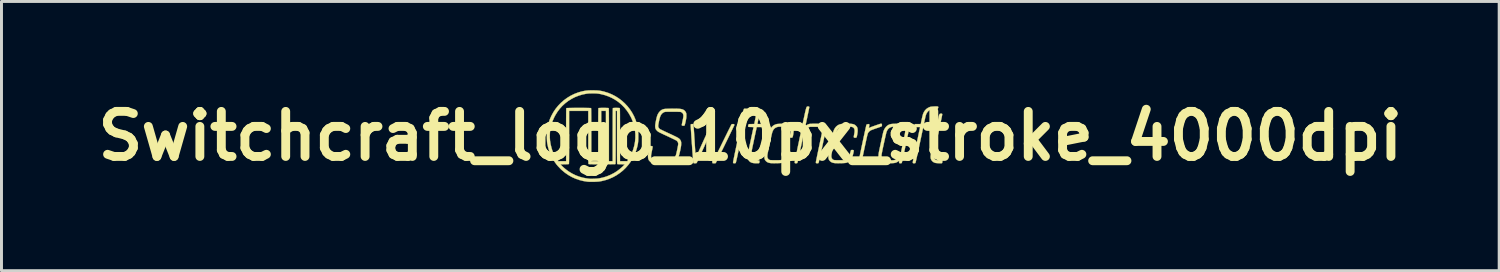
<source format=kicad_pcb>
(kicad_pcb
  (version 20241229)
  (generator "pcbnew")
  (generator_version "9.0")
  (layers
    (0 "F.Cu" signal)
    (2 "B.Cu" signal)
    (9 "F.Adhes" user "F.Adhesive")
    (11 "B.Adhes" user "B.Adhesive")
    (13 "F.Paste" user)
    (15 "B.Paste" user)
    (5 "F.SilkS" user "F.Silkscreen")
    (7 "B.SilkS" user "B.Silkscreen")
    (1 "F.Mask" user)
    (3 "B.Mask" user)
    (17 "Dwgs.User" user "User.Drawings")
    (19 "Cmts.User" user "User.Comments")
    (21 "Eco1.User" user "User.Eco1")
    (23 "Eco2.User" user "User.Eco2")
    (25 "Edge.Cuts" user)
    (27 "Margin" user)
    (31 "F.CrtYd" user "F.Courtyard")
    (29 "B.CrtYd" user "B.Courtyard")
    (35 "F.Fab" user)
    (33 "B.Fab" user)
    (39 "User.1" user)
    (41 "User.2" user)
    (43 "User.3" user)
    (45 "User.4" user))
  (footprint "Switchcraft_logo_10px_stroke_4000dpi"
    (layer "F.Cu")
    (at 22.323 1.551)
    (property "Reference" "Switchcraft_logo_10px_stroke_4000dpi" (at 0 0 0) (layer "F.SilkS") (effects (font (size 1.524 1.524) (thickness 0.3))))
    (attr through_hole)
    (fp_poly (pts (xy -0.144 -0.926) (xy -0.128 -0.923) (xy -0.119 -0.915) (xy -0.116 -0.9) (xy -0.118 -0.877) (xy -0.124 -0.846) (xy -0.129 -0.819) (xy -0.135 -0.796) (xy -0.139 -0.781) (xy -0.141 -0.776) (xy -0.151 -0.772) (xy -0.169 -0.769) (xy -0.191 -0.768) (xy -0.212 -0.77) (xy -0.228 -0.773) (xy -0.234 -0.776) (xy -0.239 -0.788) (xy -0.241 -0.801) (xy -0.24 -0.818) (xy -0.236 -0.842) (xy -0.231 -0.868) (xy -0.225 -0.891) (xy -0.219 -0.91) (xy -0.215 -0.919) (xy -0.204 -0.924) (xy -0.182 -0.927) (xy -0.168 -0.927) (xy -0.144 -0.926)) (stroke (width 0.01) (type solid)) (fill yes) (layer "F.SilkS"))
    (fp_poly (pts (xy -0.347 -0.405) (xy -0.328 -0.405) (xy -0.29 -0.404) (xy -0.261 -0.403) (xy -0.242 -0.401) (xy -0.23 -0.399) (xy -0.223 -0.396) (xy -0.22 -0.393) (xy -0.22 -0.385) (xy -0.223 -0.366) (xy -0.228 -0.336) (xy -0.235 -0.297) (xy -0.244 -0.25) (xy -0.255 -0.196) (xy -0.267 -0.134) (xy -0.281 -0.068) (xy -0.295 0.003) (xy -0.311 0.077) (xy -0.326 0.153) (xy -0.343 0.231) (xy -0.359 0.309) (xy -0.376 0.387) (xy -0.392 0.463) (xy -0.408 0.536) (xy -0.423 0.606) (xy -0.437 0.67) (xy -0.45 0.73) (xy -0.462 0.782) (xy -0.472 0.827) (xy -0.481 0.863) (xy -0.488 0.89) (xy -0.492 0.906) (xy -0.494 0.91) (xy -0.506 0.916) (xy -0.526 0.92) (xy -0.548 0.921) (xy -0.567 0.918) (xy -0.577 0.913) (xy -0.582 0.902) (xy -0.584 0.886) (xy -0.583 0.877) (xy -0.579 0.856) (xy -0.573 0.825) (xy -0.565 0.784) (xy -0.555 0.734) (xy -0.543 0.677) (xy -0.53 0.612) (xy -0.515 0.541) (xy -0.499 0.465) (xy -0.482 0.385) (xy -0.464 0.301) (xy -0.46 0.283) (xy -0.443 0.199) (xy -0.425 0.119) (xy -0.409 0.043) (xy -0.394 -0.028) (xy -0.381 -0.093) (xy -0.369 -0.15) (xy -0.358 -0.2) (xy -0.349 -0.24) (xy -0.343 -0.272) (xy -0.339 -0.292) (xy -0.337 -0.302) (xy -0.337 -0.302) (xy -0.342 -0.303) (xy -0.358 -0.304) (xy -0.38 -0.305) (xy -0.387 -0.305) (xy -0.416 -0.306) (xy -0.436 -0.309) (xy -0.446 -0.318) (xy -0.45 -0.332) (xy -0.45 -0.354) (xy -0.449 -0.355) (xy -0.447 -0.374) (xy -0.444 -0.387) (xy -0.438 -0.396) (xy -0.427 -0.402) (xy -0.409 -0.405) (xy -0.383 -0.406) (xy -0.347 -0.405)) (stroke (width 0.01) (type solid)) (fill yes) (layer "F.SilkS"))
    (fp_poly (pts (xy 4.436 -0.416) (xy 4.446 -0.406) (xy 4.451 -0.386) (xy 4.451 -0.371) (xy 4.449 -0.347) (xy 4.443 -0.332) (xy 4.44 -0.329) (xy 4.431 -0.324) (xy 4.412 -0.317) (xy 4.384 -0.306) (xy 4.35 -0.294) (xy 4.309 -0.279) (xy 4.265 -0.265) (xy 4.264 -0.264) (xy 4.219 -0.249) (xy 4.176 -0.233) (xy 4.137 -0.219) (xy 4.105 -0.207) (xy 4.081 -0.197) (xy 4.067 -0.19) (xy 4.024 -0.159) (xy 3.99 -0.12) (xy 3.973 -0.089) (xy 3.968 -0.075) (xy 3.961 -0.048) (xy 3.951 -0.009) (xy 3.939 0.042) (xy 3.925 0.106) (xy 3.909 0.181) (xy 3.89 0.268) (xy 3.869 0.367) (xy 3.857 0.422) (xy 3.839 0.509) (xy 3.822 0.59) (xy 3.806 0.663) (xy 3.792 0.727) (xy 3.779 0.784) (xy 3.769 0.83) (xy 3.76 0.867) (xy 3.753 0.893) (xy 3.749 0.907) (xy 3.748 0.91) (xy 3.735 0.916) (xy 3.716 0.92) (xy 3.694 0.921) (xy 3.675 0.918) (xy 3.665 0.913) (xy 3.66 0.902) (xy 3.658 0.886) (xy 3.659 0.877) (xy 3.663 0.856) (xy 3.669 0.825) (xy 3.676 0.785) (xy 3.686 0.736) (xy 3.698 0.681) (xy 3.71 0.619) (xy 3.724 0.552) (xy 3.739 0.481) (xy 3.754 0.407) (xy 3.77 0.331) (xy 3.787 0.254) (xy 3.803 0.177) (xy 3.819 0.101) (xy 3.835 0.027) (xy 3.851 -0.045) (xy 3.865 -0.112) (xy 3.879 -0.174) (xy 3.891 -0.23) (xy 3.902 -0.279) (xy 3.911 -0.32) (xy 3.918 -0.352) (xy 3.924 -0.374) (xy 3.927 -0.385) (xy 3.927 -0.386) (xy 3.937 -0.391) (xy 3.955 -0.398) (xy 3.971 -0.401) (xy 3.992 -0.405) (xy 4.005 -0.406) (xy 4.013 -0.402) (xy 4.018 -0.398) (xy 4.023 -0.392) (xy 4.025 -0.385) (xy 4.025 -0.373) (xy 4.022 -0.355) (xy 4.018 -0.332) (xy 4.013 -0.307) (xy 4.01 -0.288) (xy 4.009 -0.276) (xy 4.01 -0.275) (xy 4.016 -0.276) (xy 4.03 -0.282) (xy 4.04 -0.286) (xy 4.055 -0.293) (xy 4.079 -0.303) (xy 4.111 -0.315) (xy 4.148 -0.329) (xy 4.189 -0.343) (xy 4.231 -0.358) (xy 4.273 -0.373) (xy 4.314 -0.387) (xy 4.35 -0.399) (xy 4.381 -0.409) (xy 4.404 -0.416) (xy 4.418 -0.419) (xy 4.42 -0.419) (xy 4.436 -0.416)) (stroke (width 0.01) (type solid)) (fill yes) (layer "F.SilkS"))
    (fp_poly (pts (xy 0.298 -0.753) (xy 0.305 -0.738) (xy 0.305 -0.734) (xy 0.304 -0.724) (xy 0.3 -0.703) (xy 0.294 -0.674) (xy 0.287 -0.638) (xy 0.279 -0.598) (xy 0.273 -0.571) (xy 0.264 -0.529) (xy 0.256 -0.491) (xy 0.25 -0.458) (xy 0.245 -0.434) (xy 0.242 -0.418) (xy 0.241 -0.414) (xy 0.244 -0.411) (xy 0.254 -0.409) (xy 0.272 -0.408) (xy 0.299 -0.407) (xy 0.336 -0.406) (xy 0.364 -0.406) (xy 0.41 -0.406) (xy 0.445 -0.406) (xy 0.47 -0.404) (xy 0.486 -0.401) (xy 0.496 -0.395) (xy 0.501 -0.387) (xy 0.501 -0.377) (xy 0.499 -0.362) (xy 0.499 -0.36) (xy 0.494 -0.34) (xy 0.487 -0.322) (xy 0.485 -0.319) (xy 0.482 -0.314) (xy 0.477 -0.311) (xy 0.47 -0.308) (xy 0.458 -0.306) (xy 0.44 -0.305) (xy 0.414 -0.305) (xy 0.378 -0.305) (xy 0.346 -0.305) (xy 0.307 -0.305) (xy 0.272 -0.304) (xy 0.245 -0.304) (xy 0.225 -0.303) (xy 0.216 -0.302) (xy 0.216 -0.302) (xy 0.215 -0.296) (xy 0.211 -0.278) (xy 0.205 -0.249) (xy 0.197 -0.211) (xy 0.187 -0.165) (xy 0.175 -0.111) (xy 0.162 -0.05) (xy 0.148 0.016) (xy 0.133 0.087) (xy 0.117 0.161) (xy 0.117 0.163) (xy 0.097 0.257) (xy 0.079 0.339) (xy 0.064 0.411) (xy 0.052 0.472) (xy 0.041 0.525) (xy 0.033 0.57) (xy 0.026 0.607) (xy 0.021 0.638) (xy 0.019 0.663) (xy 0.017 0.684) (xy 0.017 0.701) (xy 0.019 0.715) (xy 0.022 0.727) (xy 0.025 0.738) (xy 0.03 0.749) (xy 0.032 0.753) (xy 0.047 0.776) (xy 0.066 0.792) (xy 0.079 0.8) (xy 0.093 0.806) (xy 0.106 0.811) (xy 0.122 0.814) (xy 0.142 0.816) (xy 0.17 0.817) (xy 0.203 0.818) (xy 0.241 0.82) (xy 0.271 0.822) (xy 0.293 0.824) (xy 0.304 0.827) (xy 0.304 0.827) (xy 0.309 0.838) (xy 0.31 0.856) (xy 0.309 0.878) (xy 0.305 0.897) (xy 0.299 0.911) (xy 0.299 0.911) (xy 0.293 0.915) (xy 0.282 0.918) (xy 0.263 0.92) (xy 0.236 0.92) (xy 0.22 0.92) (xy 0.186 0.919) (xy 0.151 0.918) (xy 0.121 0.915) (xy 0.107 0.914) (xy 0.053 0.903) (xy 0.006 0.881) (xy -0.032 0.852) (xy -0.061 0.813) (xy -0.068 0.801) (xy -0.075 0.786) (xy -0.08 0.772) (xy -0.083 0.757) (xy -0.085 0.738) (xy -0.085 0.711) (xy -0.085 0.683) (xy -0.085 0.667) (xy -0.085 0.652) (xy -0.084 0.637) (xy -0.083 0.622) (xy -0.081 0.605) (xy -0.078 0.585) (xy -0.074 0.561) (xy -0.069 0.533) (xy -0.062 0.498) (xy -0.053 0.457) (xy -0.043 0.408) (xy -0.031 0.35) (xy -0.016 0.282) (xy 0.001 0.204) (xy 0.012 0.153) (xy 0.027 0.079) (xy 0.042 0.01) (xy 0.056 -0.056) (xy 0.069 -0.115) (xy 0.08 -0.168) (xy 0.09 -0.214) (xy 0.098 -0.25) (xy 0.104 -0.278) (xy 0.107 -0.294) (xy 0.108 -0.299) (xy 0.102 -0.301) (xy 0.086 -0.303) (xy 0.061 -0.305) (xy 0.031 -0.306) (xy 0.021 -0.306) (xy -0.017 -0.307) (xy -0.045 -0.309) (xy -0.063 -0.313) (xy -0.073 -0.32) (xy -0.076 -0.33) (xy -0.075 -0.344) (xy -0.071 -0.36) (xy -0.065 -0.379) (xy -0.059 -0.394) (xy -0.056 -0.398) (xy -0.049 -0.402) (xy -0.034 -0.404) (xy -0.009 -0.406) (xy 0.026 -0.406) (xy 0.042 -0.406) (xy 0.074 -0.407) (xy 0.102 -0.407) (xy 0.122 -0.409) (xy 0.132 -0.41) (xy 0.133 -0.411) (xy 0.135 -0.418) (xy 0.138 -0.436) (xy 0.144 -0.463) (xy 0.151 -0.497) (xy 0.159 -0.537) (xy 0.166 -0.571) (xy 0.177 -0.623) (xy 0.186 -0.664) (xy 0.194 -0.696) (xy 0.202 -0.719) (xy 0.21 -0.735) (xy 0.218 -0.746) (xy 0.229 -0.752) (xy 0.241 -0.756) (xy 0.257 -0.759) (xy 0.257 -0.759) (xy 0.283 -0.76) (xy 0.298 -0.753)) (stroke (width 0.01) (type solid)) (fill yes) (layer "F.SilkS"))
    (fp_poly (pts (xy 1.988 -0.994) (xy 1.994 -0.979) (xy 1.994 -0.976) (xy 1.993 -0.968) (xy 1.989 -0.949) (xy 1.983 -0.92) (xy 1.976 -0.884) (xy 1.967 -0.84) (xy 1.957 -0.791) (xy 1.946 -0.738) (xy 1.934 -0.683) (xy 1.923 -0.626) (xy 1.911 -0.57) (xy 1.899 -0.516) (xy 1.888 -0.464) (xy 1.878 -0.418) (xy 1.869 -0.377) (xy 1.867 -0.367) (xy 1.865 -0.354) (xy 1.865 -0.348) (xy 1.87 -0.349) (xy 1.882 -0.356) (xy 1.902 -0.369) (xy 1.922 -0.38) (xy 1.948 -0.393) (xy 1.969 -0.401) (xy 1.982 -0.405) (xy 1.994 -0.409) (xy 2.008 -0.411) (xy 2.024 -0.413) (xy 2.046 -0.414) (xy 2.074 -0.415) (xy 2.11 -0.416) (xy 2.157 -0.416) (xy 2.178 -0.416) (xy 2.229 -0.416) (xy 2.27 -0.416) (xy 2.301 -0.415) (xy 2.326 -0.414) (xy 2.345 -0.412) (xy 2.36 -0.41) (xy 2.374 -0.407) (xy 2.389 -0.403) (xy 2.392 -0.402) (xy 2.436 -0.382) (xy 2.475 -0.353) (xy 2.505 -0.318) (xy 2.515 -0.3) (xy 2.522 -0.286) (xy 2.526 -0.272) (xy 2.528 -0.256) (xy 2.53 -0.234) (xy 2.53 -0.203) (xy 2.53 -0.187) (xy 2.53 -0.105) (xy 2.423 0.397) (xy 2.404 0.485) (xy 2.386 0.567) (xy 2.37 0.642) (xy 2.355 0.709) (xy 2.342 0.768) (xy 2.33 0.817) (xy 2.321 0.857) (xy 2.314 0.886) (xy 2.309 0.904) (xy 2.306 0.91) (xy 2.294 0.917) (xy 2.273 0.921) (xy 2.264 0.921) (xy 2.239 0.919) (xy 2.224 0.912) (xy 2.217 0.899) (xy 2.216 0.886) (xy 2.217 0.877) (xy 2.221 0.856) (xy 2.227 0.825) (xy 2.235 0.784) (xy 2.245 0.735) (xy 2.257 0.679) (xy 2.27 0.616) (xy 2.284 0.548) (xy 2.299 0.476) (xy 2.315 0.4) (xy 2.317 0.39) (xy 2.334 0.313) (xy 2.349 0.239) (xy 2.364 0.168) (xy 2.378 0.103) (xy 2.391 0.043) (xy 2.402 -0.01) (xy 2.411 -0.054) (xy 2.418 -0.09) (xy 2.423 -0.115) (xy 2.426 -0.129) (xy 2.426 -0.129) (xy 2.431 -0.181) (xy 2.427 -0.224) (xy 2.413 -0.26) (xy 2.391 -0.286) (xy 2.37 -0.299) (xy 2.361 -0.304) (xy 2.351 -0.307) (xy 2.34 -0.31) (xy 2.326 -0.312) (xy 2.307 -0.313) (xy 2.281 -0.314) (xy 2.247 -0.314) (xy 2.203 -0.314) (xy 2.178 -0.314) (xy 2.016 -0.314) (xy 1.967 -0.291) (xy 1.922 -0.265) (xy 1.882 -0.233) (xy 1.85 -0.198) (xy 1.834 -0.173) (xy 1.83 -0.165) (xy 1.826 -0.151) (xy 1.82 -0.132) (xy 1.813 -0.106) (xy 1.805 -0.072) (xy 1.796 -0.031) (xy 1.785 0.019) (xy 1.772 0.078) (xy 1.757 0.147) (xy 1.74 0.227) (xy 1.721 0.318) (xy 1.708 0.378) (xy 1.689 0.469) (xy 1.671 0.554) (xy 1.654 0.631) (xy 1.639 0.7) (xy 1.625 0.76) (xy 1.614 0.811) (xy 1.604 0.852) (xy 1.597 0.883) (xy 1.592 0.902) (xy 1.589 0.91) (xy 1.576 0.916) (xy 1.557 0.92) (xy 1.535 0.921) (xy 1.516 0.918) (xy 1.506 0.913) (xy 1.501 0.902) (xy 1.499 0.886) (xy 1.5 0.878) (xy 1.504 0.858) (xy 1.51 0.827) (xy 1.518 0.785) (xy 1.529 0.734) (xy 1.541 0.674) (xy 1.555 0.606) (xy 1.571 0.531) (xy 1.588 0.448) (xy 1.606 0.36) (xy 1.626 0.266) (xy 1.647 0.167) (xy 1.668 0.065) (xy 1.691 -0.041) (xy 1.693 -0.051) (xy 1.72 -0.177) (xy 1.744 -0.292) (xy 1.766 -0.396) (xy 1.785 -0.489) (xy 1.803 -0.572) (xy 1.819 -0.645) (xy 1.833 -0.709) (xy 1.845 -0.765) (xy 1.856 -0.814) (xy 1.866 -0.855) (xy 1.874 -0.889) (xy 1.882 -0.918) (xy 1.889 -0.941) (xy 1.895 -0.959) (xy 1.9 -0.973) (xy 1.906 -0.983) (xy 1.911 -0.99) (xy 1.916 -0.995) (xy 1.921 -0.998) (xy 1.926 -0.999) (xy 1.932 -0.999) (xy 1.939 -1) (xy 1.946 -1) (xy 1.946 -1) (xy 1.972 -1.001) (xy 1.988 -0.994)) (stroke (width 0.01) (type solid)) (fill yes) (layer "F.SilkS"))
    (fp_poly (pts (xy 1.176 -0.417) (xy 1.216 -0.416) (xy 1.238 -0.414) (xy 1.283 -0.408) (xy 1.319 -0.401) (xy 1.347 -0.39) (xy 1.372 -0.376) (xy 1.396 -0.356) (xy 1.407 -0.346) (xy 1.429 -0.322) (xy 1.445 -0.299) (xy 1.455 -0.273) (xy 1.461 -0.242) (xy 1.463 -0.204) (xy 1.464 -0.181) (xy 1.462 -0.149) (xy 1.459 -0.113) (xy 1.454 -0.076) (xy 1.448 -0.039) (xy 1.441 -0.005) (xy 1.434 0.022) (xy 1.427 0.041) (xy 1.424 0.046) (xy 1.411 0.053) (xy 1.392 0.057) (xy 1.37 0.057) (xy 1.351 0.054) (xy 1.341 0.05) (xy 1.336 0.04) (xy 1.334 0.024) (xy 1.336 -0.000006) (xy 1.341 -0.033) (xy 1.347 -0.061) (xy 1.358 -0.122) (xy 1.361 -0.174) (xy 1.358 -0.216) (xy 1.347 -0.251) (xy 1.328 -0.277) (xy 1.302 -0.297) (xy 1.299 -0.298) (xy 1.289 -0.303) (xy 1.279 -0.307) (xy 1.268 -0.31) (xy 1.254 -0.312) (xy 1.235 -0.314) (xy 1.209 -0.315) (xy 1.175 -0.315) (xy 1.131 -0.316) (xy 1.109 -0.316) (xy 1.059 -0.317) (xy 1.02 -0.317) (xy 0.99 -0.317) (xy 0.967 -0.316) (xy 0.948 -0.314) (xy 0.933 -0.312) (xy 0.919 -0.308) (xy 0.909 -0.305) (xy 0.862 -0.287) (xy 0.824 -0.262) (xy 0.792 -0.229) (xy 0.766 -0.187) (xy 0.745 -0.134) (xy 0.737 -0.111) (xy 0.734 -0.096) (xy 0.727 -0.07) (xy 0.719 -0.035) (xy 0.71 0.008) (xy 0.698 0.058) (xy 0.686 0.113) (xy 0.674 0.172) (xy 0.66 0.233) (xy 0.647 0.294) (xy 0.634 0.355) (xy 0.622 0.413) (xy 0.61 0.468) (xy 0.6 0.518) (xy 0.591 0.56) (xy 0.584 0.595) (xy 0.58 0.62) (xy 0.578 0.631) (xy 0.574 0.681) (xy 0.58 0.724) (xy 0.595 0.76) (xy 0.619 0.788) (xy 0.64 0.801) (xy 0.649 0.805) (xy 0.658 0.809) (xy 0.668 0.811) (xy 0.681 0.813) (xy 0.699 0.815) (xy 0.723 0.815) (xy 0.755 0.816) (xy 0.796 0.816) (xy 0.849 0.816) (xy 0.851 0.816) (xy 0.904 0.816) (xy 0.946 0.816) (xy 0.978 0.815) (xy 1.003 0.814) (xy 1.022 0.813) (xy 1.036 0.811) (xy 1.048 0.809) (xy 1.059 0.805) (xy 1.069 0.801) (xy 1.099 0.787) (xy 1.124 0.77) (xy 1.145 0.748) (xy 1.163 0.72) (xy 1.179 0.684) (xy 1.194 0.639) (xy 1.209 0.583) (xy 1.211 0.575) (xy 1.219 0.543) (xy 1.227 0.515) (xy 1.234 0.493) (xy 1.238 0.48) (xy 1.24 0.478) (xy 1.25 0.473) (xy 1.269 0.47) (xy 1.291 0.47) (xy 1.311 0.473) (xy 1.325 0.477) (xy 1.327 0.479) (xy 1.331 0.486) (xy 1.332 0.496) (xy 1.331 0.511) (xy 1.328 0.532) (xy 1.322 0.562) (xy 1.312 0.601) (xy 1.307 0.622) (xy 1.29 0.686) (xy 1.27 0.738) (xy 1.247 0.781) (xy 1.221 0.818) (xy 1.207 0.832) (xy 1.174 0.861) (xy 1.139 0.882) (xy 1.099 0.898) (xy 1.076 0.905) (xy 1.057 0.908) (xy 1.028 0.911) (xy 0.99 0.914) (xy 0.947 0.916) (xy 0.9 0.917) (xy 0.852 0.918) (xy 0.805 0.919) (xy 0.761 0.918) (xy 0.723 0.917) (xy 0.692 0.915) (xy 0.682 0.914) (xy 0.629 0.904) (xy 0.585 0.888) (xy 0.548 0.864) (xy 0.53 0.848) (xy 0.508 0.823) (xy 0.492 0.797) (xy 0.482 0.768) (xy 0.476 0.732) (xy 0.474 0.687) (xy 0.474 0.676) (xy 0.475 0.66) (xy 0.476 0.644) (xy 0.477 0.627) (xy 0.479 0.607) (xy 0.483 0.584) (xy 0.488 0.556) (xy 0.494 0.522) (xy 0.502 0.481) (xy 0.512 0.432) (xy 0.524 0.374) (xy 0.539 0.305) (xy 0.549 0.258) (xy 0.563 0.192) (xy 0.576 0.128) (xy 0.589 0.068) (xy 0.601 0.013) (xy 0.612 -0.035) (xy 0.621 -0.076) (xy 0.629 -0.108) (xy 0.634 -0.129) (xy 0.636 -0.136) (xy 0.661 -0.207) (xy 0.695 -0.268) (xy 0.735 -0.318) (xy 0.782 -0.358) (xy 0.835 -0.387) (xy 0.883 -0.403) (xy 0.908 -0.408) (xy 0.943 -0.411) (xy 0.985 -0.414) (xy 1.032 -0.416) (xy 1.081 -0.418) (xy 1.13 -0.418) (xy 1.176 -0.417)) (stroke (width 0.01) (type solid)) (fill yes) (layer "F.SilkS"))
    (fp_poly (pts (xy 3.341 -0.417) (xy 3.382 -0.416) (xy 3.404 -0.414) (xy 3.449 -0.408) (xy 3.484 -0.401) (xy 3.513 -0.39) (xy 3.538 -0.376) (xy 3.562 -0.356) (xy 3.572 -0.346) (xy 3.595 -0.322) (xy 3.61 -0.299) (xy 3.621 -0.273) (xy 3.626 -0.242) (xy 3.629 -0.204) (xy 3.629 -0.181) (xy 3.628 -0.149) (xy 3.624 -0.113) (xy 3.619 -0.076) (xy 3.613 -0.039) (xy 3.606 -0.005) (xy 3.599 0.022) (xy 3.592 0.041) (xy 3.589 0.046) (xy 3.577 0.053) (xy 3.557 0.057) (xy 3.535 0.057) (xy 3.516 0.054) (xy 3.506 0.05) (xy 3.501 0.04) (xy 3.499 0.024) (xy 3.501 -0.000006) (xy 3.507 -0.033) (xy 3.512 -0.061) (xy 3.523 -0.122) (xy 3.527 -0.174) (xy 3.523 -0.216) (xy 3.512 -0.251) (xy 3.494 -0.277) (xy 3.467 -0.297) (xy 3.464 -0.298) (xy 3.454 -0.303) (xy 3.444 -0.307) (xy 3.433 -0.31) (xy 3.419 -0.312) (xy 3.4 -0.314) (xy 3.375 -0.315) (xy 3.341 -0.315) (xy 3.297 -0.316) (xy 3.275 -0.316) (xy 3.225 -0.317) (xy 3.185 -0.317) (xy 3.155 -0.317) (xy 3.132 -0.316) (xy 3.114 -0.314) (xy 3.098 -0.312) (xy 3.085 -0.308) (xy 3.074 -0.305) (xy 3.028 -0.287) (xy 2.989 -0.262) (xy 2.958 -0.229) (xy 2.932 -0.187) (xy 2.91 -0.134) (xy 2.903 -0.111) (xy 2.899 -0.096) (xy 2.893 -0.07) (xy 2.885 -0.035) (xy 2.875 0.008) (xy 2.864 0.058) (xy 2.852 0.113) (xy 2.839 0.172) (xy 2.826 0.233) (xy 2.813 0.294) (xy 2.8 0.355) (xy 2.787 0.413) (xy 2.776 0.468) (xy 2.765 0.518) (xy 2.757 0.56) (xy 2.75 0.595) (xy 2.745 0.62) (xy 2.743 0.631) (xy 2.74 0.681) (xy 2.746 0.724) (xy 2.76 0.76) (xy 2.784 0.788) (xy 2.805 0.801) (xy 2.814 0.805) (xy 2.823 0.809) (xy 2.833 0.811) (xy 2.847 0.813) (xy 2.865 0.815) (xy 2.889 0.815) (xy 2.92 0.816) (xy 2.962 0.816) (xy 3.014 0.816) (xy 3.016 0.816) (xy 3.069 0.816) (xy 3.111 0.816) (xy 3.143 0.815) (xy 3.168 0.814) (xy 3.187 0.813) (xy 3.201 0.811) (xy 3.213 0.809) (xy 3.224 0.805) (xy 3.235 0.801) (xy 3.264 0.787) (xy 3.289 0.77) (xy 3.31 0.748) (xy 3.328 0.72) (xy 3.344 0.684) (xy 3.359 0.639) (xy 3.374 0.583) (xy 3.376 0.575) (xy 3.385 0.543) (xy 3.392 0.515) (xy 3.399 0.493) (xy 3.404 0.48) (xy 3.405 0.478) (xy 3.416 0.473) (xy 3.434 0.47) (xy 3.456 0.47) (xy 3.476 0.473) (xy 3.49 0.477) (xy 3.493 0.479) (xy 3.496 0.486) (xy 3.497 0.496) (xy 3.497 0.511) (xy 3.493 0.532) (xy 3.487 0.562) (xy 3.478 0.601) (xy 3.473 0.622) (xy 3.455 0.686) (xy 3.435 0.738) (xy 3.413 0.781) (xy 3.386 0.818) (xy 3.373 0.832) (xy 3.34 0.861) (xy 3.305 0.882) (xy 3.264 0.898) (xy 3.242 0.905) (xy 3.223 0.908) (xy 3.193 0.911) (xy 3.156 0.914) (xy 3.112 0.916) (xy 3.066 0.917) (xy 3.017 0.918) (xy 2.97 0.919) (xy 2.926 0.918) (xy 2.888 0.917) (xy 2.858 0.915) (xy 2.847 0.914) (xy 2.794 0.904) (xy 2.75 0.888) (xy 2.713 0.864) (xy 2.695 0.848) (xy 2.673 0.823) (xy 2.657 0.797) (xy 2.647 0.768) (xy 2.641 0.732) (xy 2.64 0.687) (xy 2.64 0.676) (xy 2.64 0.66) (xy 2.641 0.644) (xy 2.642 0.627) (xy 2.645 0.607) (xy 2.648 0.584) (xy 2.653 0.556) (xy 2.659 0.522) (xy 2.668 0.481) (xy 2.678 0.432) (xy 2.69 0.374) (xy 2.704 0.305) (xy 2.714 0.258) (xy 2.728 0.192) (xy 2.742 0.128) (xy 2.755 0.068) (xy 2.767 0.013) (xy 2.777 -0.035) (xy 2.787 -0.076) (xy 2.794 -0.108) (xy 2.799 -0.129) (xy 2.801 -0.136) (xy 2.827 -0.207) (xy 2.86 -0.268) (xy 2.9 -0.318) (xy 2.947 -0.358) (xy 3 -0.387) (xy 3.049 -0.403) (xy 3.073 -0.408) (xy 3.108 -0.411) (xy 3.15 -0.414) (xy 3.197 -0.416) (xy 3.247 -0.418) (xy 3.296 -0.418) (xy 3.341 -0.417)) (stroke (width 0.01) (type solid)) (fill yes) (layer "F.SilkS"))
    (fp_poly (pts (xy 5.058 -0.418) (xy 5.107 -0.415) (xy 5.149 -0.41) (xy 5.183 -0.402) (xy 5.211 -0.391) (xy 5.235 -0.378) (xy 5.256 -0.361) (xy 5.259 -0.358) (xy 5.282 -0.336) (xy 5.286 -0.36) (xy 5.293 -0.384) (xy 5.306 -0.399) (xy 5.326 -0.405) (xy 5.343 -0.406) (xy 5.368 -0.404) (xy 5.383 -0.398) (xy 5.39 -0.385) (xy 5.391 -0.372) (xy 5.39 -0.362) (xy 5.386 -0.341) (xy 5.381 -0.31) (xy 5.373 -0.27) (xy 5.364 -0.224) (xy 5.353 -0.172) (xy 5.342 -0.115) (xy 5.331 -0.064) (xy 5.303 0.069) (xy 5.278 0.19) (xy 5.255 0.299) (xy 5.234 0.397) (xy 5.216 0.485) (xy 5.199 0.563) (xy 5.185 0.632) (xy 5.172 0.691) (xy 5.161 0.742) (xy 5.151 0.786) (xy 5.143 0.822) (xy 5.136 0.851) (xy 5.131 0.873) (xy 5.126 0.89) (xy 5.123 0.901) (xy 5.12 0.908) (xy 5.119 0.91) (xy 5.107 0.917) (xy 5.087 0.921) (xy 5.077 0.921) (xy 5.052 0.919) (xy 5.037 0.912) (xy 5.031 0.898) (xy 5.03 0.875) (xy 5.031 0.867) (xy 5.035 0.833) (xy 4.994 0.861) (xy 4.969 0.877) (xy 4.945 0.889) (xy 4.921 0.899) (xy 4.895 0.906) (xy 4.864 0.911) (xy 4.826 0.915) (xy 4.78 0.917) (xy 4.723 0.918) (xy 4.721 0.918) (xy 4.676 0.918) (xy 4.633 0.918) (xy 4.594 0.917) (xy 4.561 0.916) (xy 4.537 0.915) (xy 4.531 0.914) (xy 4.476 0.901) (xy 4.428 0.879) (xy 4.389 0.847) (xy 4.359 0.808) (xy 4.352 0.795) (xy 4.344 0.779) (xy 4.339 0.765) (xy 4.336 0.75) (xy 4.335 0.731) (xy 4.334 0.705) (xy 4.334 0.676) (xy 4.334 0.67) (xy 4.436 0.67) (xy 4.436 0.7) (xy 4.438 0.722) (xy 4.443 0.738) (xy 4.449 0.753) (xy 4.46 0.771) (xy 4.473 0.785) (xy 4.488 0.796) (xy 4.508 0.805) (xy 4.533 0.811) (xy 4.566 0.815) (xy 4.608 0.817) (xy 4.66 0.818) (xy 4.701 0.819) (xy 4.75 0.819) (xy 4.788 0.819) (xy 4.817 0.818) (xy 4.839 0.817) (xy 4.856 0.815) (xy 4.871 0.812) (xy 4.884 0.808) (xy 4.891 0.806) (xy 4.925 0.792) (xy 4.959 0.773) (xy 4.99 0.752) (xy 5.008 0.735) (xy 5.026 0.713) (xy 5.044 0.683) (xy 5.062 0.65) (xy 5.076 0.617) (xy 5.08 0.607) (xy 5.085 0.59) (xy 5.091 0.562) (xy 5.1 0.527) (xy 5.108 0.486) (xy 5.117 0.442) (xy 5.122 0.422) (xy 5.131 0.377) (xy 5.142 0.323) (xy 5.154 0.263) (xy 5.167 0.2) (xy 5.181 0.138) (xy 5.193 0.078) (xy 5.195 0.07) (xy 5.209 0.007) (xy 5.22 -0.045) (xy 5.228 -0.088) (xy 5.233 -0.122) (xy 5.236 -0.15) (xy 5.237 -0.173) (xy 5.235 -0.192) (xy 5.231 -0.208) (xy 5.225 -0.224) (xy 5.217 -0.24) (xy 5.215 -0.243) (xy 5.201 -0.265) (xy 5.185 -0.28) (xy 5.161 -0.294) (xy 5.159 -0.295) (xy 5.122 -0.314) (xy 4.967 -0.316) (xy 4.917 -0.317) (xy 4.878 -0.317) (xy 4.848 -0.317) (xy 4.825 -0.316) (xy 4.807 -0.314) (xy 4.792 -0.311) (xy 4.778 -0.308) (xy 4.769 -0.305) (xy 4.72 -0.286) (xy 4.68 -0.258) (xy 4.647 -0.222) (xy 4.621 -0.176) (xy 4.607 -0.143) (xy 4.603 -0.128) (xy 4.596 -0.103) (xy 4.587 -0.067) (xy 4.577 -0.023) (xy 4.565 0.028) (xy 4.552 0.085) (xy 4.538 0.147) (xy 4.524 0.212) (xy 4.514 0.257) (xy 4.497 0.336) (xy 4.482 0.403) (xy 4.47 0.459) (xy 4.461 0.507) (xy 4.453 0.547) (xy 4.447 0.579) (xy 4.442 0.606) (xy 4.439 0.628) (xy 4.437 0.646) (xy 4.436 0.661) (xy 4.436 0.67) (xy 4.334 0.67) (xy 4.335 0.658) (xy 4.335 0.642) (xy 4.336 0.626) (xy 4.337 0.609) (xy 4.34 0.59) (xy 4.343 0.568) (xy 4.348 0.542) (xy 4.354 0.509) (xy 4.362 0.471) (xy 4.372 0.424) (xy 4.384 0.368) (xy 4.398 0.302) (xy 4.412 0.238) (xy 4.426 0.172) (xy 4.44 0.108) (xy 4.454 0.048) (xy 4.466 -0.006) (xy 4.476 -0.054) (xy 4.485 -0.093) (xy 4.493 -0.124) (xy 4.497 -0.145) (xy 4.499 -0.152) (xy 4.522 -0.21) (xy 4.552 -0.264) (xy 4.588 -0.311) (xy 4.63 -0.35) (xy 4.666 -0.374) (xy 4.69 -0.385) (xy 4.714 -0.395) (xy 4.74 -0.402) (xy 4.77 -0.408) (xy 4.805 -0.412) (xy 4.848 -0.414) (xy 4.901 -0.416) (xy 4.928 -0.417) (xy 4.998 -0.418) (xy 5.058 -0.418)) (stroke (width 0.01) (type solid)) (fill yes) (layer "F.SilkS"))
    (fp_poly (pts (xy -1.249 -0.405) (xy -1.232 -0.401) (xy -1.226 -0.397) (xy -1.224 -0.392) (xy -1.223 -0.378) (xy -1.222 -0.357) (xy -1.22 -0.326) (xy -1.219 -0.286) (xy -1.217 -0.236) (xy -1.216 -0.176) (xy -1.214 -0.105) (xy -1.212 -0.023) (xy -1.211 0.071) (xy -1.209 0.15) (xy -1.208 0.233) (xy -1.207 0.311) (xy -1.205 0.386) (xy -1.204 0.456) (xy -1.203 0.519) (xy -1.202 0.575) (xy -1.201 0.623) (xy -1.2 0.662) (xy -1.199 0.691) (xy -1.199 0.709) (xy -1.199 0.714) (xy -1.198 0.717) (xy -1.196 0.718) (xy -1.193 0.715) (xy -1.188 0.709) (xy -1.181 0.697) (xy -1.172 0.681) (xy -1.161 0.659) (xy -1.146 0.631) (xy -1.128 0.596) (xy -1.106 0.553) (xy -1.081 0.502) (xy -1.051 0.442) (xy -1.017 0.373) (xy -0.978 0.293) (xy -0.934 0.203) (xy -0.921 0.177) (xy -0.882 0.098) (xy -0.845 0.022) (xy -0.809 -0.05) (xy -0.776 -0.118) (xy -0.745 -0.18) (xy -0.717 -0.236) (xy -0.693 -0.284) (xy -0.672 -0.325) (xy -0.656 -0.358) (xy -0.644 -0.38) (xy -0.638 -0.393) (xy -0.636 -0.395) (xy -0.625 -0.402) (xy -0.607 -0.406) (xy -0.591 -0.406) (xy -0.565 -0.405) (xy -0.549 -0.399) (xy -0.541 -0.387) (xy -0.54 -0.375) (xy -0.542 -0.368) (xy -0.55 -0.35) (xy -0.563 -0.323) (xy -0.58 -0.287) (xy -0.601 -0.243) (xy -0.625 -0.193) (xy -0.653 -0.136) (xy -0.683 -0.074) (xy -0.715 -0.008) (xy -0.749 0.062) (xy -0.784 0.134) (xy -0.82 0.208) (xy -0.856 0.282) (xy -0.892 0.356) (xy -0.928 0.429) (xy -0.963 0.5) (xy -0.996 0.568) (xy -1.028 0.633) (xy -1.058 0.693) (xy -1.085 0.747) (xy -1.109 0.795) (xy -1.129 0.836) (xy -1.146 0.868) (xy -1.158 0.891) (xy -1.165 0.905) (xy -1.166 0.906) (xy -1.172 0.914) (xy -1.18 0.918) (xy -1.194 0.92) (xy -1.217 0.921) (xy -1.225 0.921) (xy -1.256 0.92) (xy -1.276 0.916) (xy -1.282 0.913) (xy -1.283 0.904) (xy -1.285 0.884) (xy -1.287 0.85) (xy -1.289 0.805) (xy -1.291 0.747) (xy -1.293 0.677) (xy -1.296 0.595) (xy -1.299 0.5) (xy -1.301 0.394) (xy -1.302 0.387) (xy -1.304 0.307) (xy -1.306 0.229) (xy -1.307 0.156) (xy -1.309 0.088) (xy -1.311 0.027) (xy -1.312 -0.027) (xy -1.314 -0.073) (xy -1.315 -0.11) (xy -1.315 -0.137) (xy -1.316 -0.152) (xy -1.316 -0.155) (xy -1.317 -0.158) (xy -1.319 -0.158) (xy -1.323 -0.153) (xy -1.328 -0.144) (xy -1.336 -0.13) (xy -1.346 -0.11) (xy -1.358 -0.084) (xy -1.374 -0.051) (xy -1.393 -0.01) (xy -1.416 0.04) (xy -1.442 0.098) (xy -1.473 0.166) (xy -1.509 0.244) (xy -1.549 0.333) (xy -1.561 0.361) (xy -1.597 0.439) (xy -1.631 0.514) (xy -1.663 0.585) (xy -1.693 0.651) (xy -1.721 0.712) (xy -1.746 0.766) (xy -1.768 0.813) (xy -1.786 0.852) (xy -1.8 0.881) (xy -1.81 0.901) (xy -1.815 0.91) (xy -1.816 0.911) (xy -1.829 0.917) (xy -1.849 0.92) (xy -1.873 0.921) (xy -1.897 0.92) (xy -1.915 0.916) (xy -1.924 0.911) (xy -1.926 0.904) (xy -1.928 0.887) (xy -1.931 0.859) (xy -1.935 0.821) (xy -1.937 0.797) (xy -1.861 0.797) (xy -1.857 0.8) (xy -1.854 0.797) (xy -1.857 0.794) (xy -1.861 0.797) (xy -1.937 0.797) (xy -1.939 0.771) (xy -1.944 0.71) (xy -1.949 0.638) (xy -1.956 0.554) (xy -1.963 0.458) (xy -1.97 0.35) (xy -1.977 0.258) (xy -1.984 0.15) (xy -1.991 0.055) (xy -1.996 -0.029) (xy -2.001 -0.102) (xy -2.005 -0.166) (xy -2.009 -0.22) (xy -2.011 -0.265) (xy -2.013 -0.303) (xy -2.015 -0.333) (xy -2.015 -0.356) (xy -2.016 -0.373) (xy -2.015 -0.386) (xy -2.014 -0.393) (xy -2.013 -0.397) (xy -2.002 -0.402) (xy -1.983 -0.406) (xy -1.962 -0.407) (xy -1.941 -0.405) (xy -1.928 -0.4) (xy -1.925 -0.398) (xy -1.924 -0.391) (xy -1.922 -0.372) (xy -1.919 -0.341) (xy -1.916 -0.3) (xy -1.912 -0.25) (xy -1.908 -0.192) (xy -1.903 -0.125) (xy -1.899 -0.051) (xy -1.894 0.028) (xy -1.888 0.113) (xy -1.886 0.143) (xy -1.881 0.225) (xy -1.877 0.303) (xy -1.872 0.378) (xy -1.867 0.448) (xy -1.863 0.511) (xy -1.86 0.567) (xy -1.856 0.615) (xy -1.854 0.655) (xy -1.851 0.684) (xy -1.85 0.701) (xy -1.849 0.706) (xy -1.845 0.737) (xy -1.591 0.174) (xy -1.555 0.094) (xy -1.52 0.018) (xy -1.487 -0.055) (xy -1.456 -0.123) (xy -1.427 -0.185) (xy -1.401 -0.241) (xy -1.38 -0.286) (xy -1.302 -0.286) (xy -1.299 -0.281) (xy -1.298 -0.282) (xy -1.297 -0.289) (xy -1.298 -0.29) (xy -1.301 -0.289) (xy -1.302 -0.286) (xy -1.38 -0.286) (xy -1.379 -0.289) (xy -1.36 -0.33) (xy -1.345 -0.362) (xy -1.334 -0.384) (xy -1.328 -0.396) (xy -1.327 -0.397) (xy -1.314 -0.403) (xy -1.294 -0.406) (xy -1.271 -0.407) (xy -1.249 -0.405)) (stroke (width 0.01) (type solid)) (fill yes) (layer "F.SilkS"))
    (fp_poly (pts (xy -2.528 -0.926) (xy -2.467 -0.925) (xy -2.416 -0.922) (xy -2.372 -0.919) (xy -2.335 -0.913) (xy -2.305 -0.906) (xy -2.279 -0.897) (xy -2.257 -0.885) (xy -2.237 -0.872) (xy -2.227 -0.863) (xy -2.206 -0.841) (xy -2.187 -0.815) (xy -2.18 -0.801) (xy -2.173 -0.785) (xy -2.168 -0.771) (xy -2.165 -0.756) (xy -2.163 -0.737) (xy -2.163 -0.71) (xy -2.163 -0.686) (xy -2.163 -0.655) (xy -2.165 -0.627) (xy -2.168 -0.6) (xy -2.173 -0.57) (xy -2.18 -0.534) (xy -2.189 -0.49) (xy -2.19 -0.486) (xy -2.198 -0.449) (xy -2.207 -0.415) (xy -2.214 -0.387) (xy -2.22 -0.367) (xy -2.223 -0.358) (xy -2.223 -0.358) (xy -2.234 -0.353) (xy -2.252 -0.35) (xy -2.274 -0.349) (xy -2.294 -0.351) (xy -2.308 -0.355) (xy -2.31 -0.357) (xy -2.314 -0.362) (xy -2.316 -0.369) (xy -2.317 -0.379) (xy -2.315 -0.395) (xy -2.311 -0.418) (xy -2.305 -0.449) (xy -2.296 -0.492) (xy -2.295 -0.495) (xy -2.284 -0.549) (xy -2.275 -0.592) (xy -2.269 -0.626) (xy -2.265 -0.653) (xy -2.263 -0.674) (xy -2.263 -0.692) (xy -2.265 -0.708) (xy -2.267 -0.721) (xy -2.28 -0.759) (xy -2.303 -0.788) (xy -2.336 -0.808) (xy -2.342 -0.811) (xy -2.35 -0.814) (xy -2.36 -0.816) (xy -2.372 -0.818) (xy -2.389 -0.819) (xy -2.41 -0.821) (xy -2.438 -0.821) (xy -2.473 -0.822) (xy -2.518 -0.822) (xy -2.573 -0.822) (xy -2.626 -0.822) (xy -2.689 -0.822) (xy -2.741 -0.822) (xy -2.783 -0.822) (xy -2.817 -0.822) (xy -2.843 -0.821) (xy -2.863 -0.82) (xy -2.878 -0.818) (xy -2.89 -0.816) (xy -2.899 -0.814) (xy -2.909 -0.811) (xy -2.917 -0.807) (xy -2.959 -0.784) (xy -2.995 -0.752) (xy -3.025 -0.709) (xy -3.049 -0.656) (xy -3.066 -0.6) (xy -3.078 -0.551) (xy -3.089 -0.502) (xy -3.098 -0.455) (xy -3.106 -0.413) (xy -3.112 -0.376) (xy -3.115 -0.348) (xy -3.115 -0.33) (xy -3.115 -0.327) (xy -3.103 -0.289) (xy -3.081 -0.257) (xy -3.057 -0.236) (xy -3.045 -0.229) (xy -3.024 -0.219) (xy -2.994 -0.204) (xy -2.955 -0.185) (xy -2.911 -0.164) (xy -2.86 -0.14) (xy -2.806 -0.115) (xy -2.749 -0.088) (xy -2.744 -0.086) (xy -2.672 -0.053) (xy -2.611 -0.024) (xy -2.56 0.001) (xy -2.517 0.022) (xy -2.481 0.04) (xy -2.453 0.056) (xy -2.43 0.07) (xy -2.411 0.084) (xy -2.397 0.096) (xy -2.385 0.108) (xy -2.375 0.121) (xy -2.368 0.132) (xy -2.354 0.157) (xy -2.345 0.182) (xy -2.339 0.209) (xy -2.338 0.242) (xy -2.339 0.283) (xy -2.341 0.319) (xy -2.347 0.36) (xy -2.355 0.408) (xy -2.367 0.465) (xy -2.371 0.486) (xy -2.386 0.552) (xy -2.4 0.608) (xy -2.413 0.655) (xy -2.426 0.693) (xy -2.439 0.725) (xy -2.454 0.753) (xy -2.47 0.778) (xy -2.489 0.801) (xy -2.504 0.818) (xy -2.539 0.851) (xy -2.572 0.875) (xy -2.609 0.893) (xy -2.637 0.904) (xy -2.647 0.907) (xy -2.658 0.909) (xy -2.67 0.912) (xy -2.686 0.913) (xy -2.705 0.915) (xy -2.73 0.916) (xy -2.762 0.917) (xy -2.802 0.917) (xy -2.852 0.918) (xy -2.912 0.918) (xy -2.943 0.918) (xy -3.002 0.918) (xy -3.059 0.918) (xy -3.111 0.918) (xy -3.159 0.917) (xy -3.198 0.917) (xy -3.23 0.916) (xy -3.25 0.915) (xy -3.255 0.914) (xy -3.311 0.903) (xy -3.357 0.885) (xy -3.394 0.859) (xy -3.401 0.853) (xy -3.425 0.827) (xy -3.441 0.799) (xy -3.452 0.767) (xy -3.458 0.728) (xy -3.459 0.702) (xy -3.46 0.679) (xy -3.46 0.659) (xy -3.458 0.638) (xy -3.455 0.613) (xy -3.45 0.584) (xy -3.443 0.547) (xy -3.434 0.5) (xy -3.433 0.496) (xy -3.424 0.455) (xy -3.416 0.417) (xy -3.408 0.386) (xy -3.402 0.362) (xy -3.398 0.348) (xy -3.396 0.345) (xy -3.385 0.339) (xy -3.366 0.337) (xy -3.344 0.338) (xy -3.323 0.342) (xy -3.309 0.348) (xy -3.306 0.351) (xy -3.304 0.358) (xy -3.304 0.372) (xy -3.307 0.394) (xy -3.313 0.425) (xy -3.32 0.462) (xy -3.332 0.519) (xy -3.341 0.566) (xy -3.348 0.603) (xy -3.353 0.633) (xy -3.356 0.657) (xy -3.357 0.676) (xy -3.356 0.693) (xy -3.354 0.708) (xy -3.353 0.714) (xy -3.34 0.752) (xy -3.317 0.78) (xy -3.285 0.801) (xy -3.263 0.809) (xy -3.252 0.812) (xy -3.24 0.814) (xy -3.225 0.816) (xy -3.206 0.817) (xy -3.18 0.818) (xy -3.148 0.818) (xy -3.108 0.818) (xy -3.058 0.818) (xy -2.997 0.818) (xy -2.961 0.818) (xy -2.885 0.817) (xy -2.821 0.816) (xy -2.769 0.815) (xy -2.729 0.813) (xy -2.699 0.811) (xy -2.68 0.809) (xy -2.673 0.808) (xy -2.624 0.785) (xy -2.582 0.751) (xy -2.548 0.708) (xy -2.522 0.656) (xy -2.516 0.641) (xy -2.509 0.617) (xy -2.501 0.585) (xy -2.492 0.546) (xy -2.482 0.503) (xy -2.472 0.458) (xy -2.463 0.412) (xy -2.455 0.369) (xy -2.447 0.33) (xy -2.442 0.298) (xy -2.439 0.275) (xy -2.438 0.266) (xy -2.444 0.225) (xy -2.462 0.188) (xy -2.489 0.159) (xy -2.492 0.156) (xy -2.503 0.149) (xy -2.524 0.138) (xy -2.554 0.123) (xy -2.592 0.104) (xy -2.637 0.083) (xy -2.687 0.059) (xy -2.741 0.033) (xy -2.797 0.007) (xy -2.865 -0.025) (xy -2.923 -0.051) (xy -2.971 -0.074) (xy -3.011 -0.093) (xy -3.043 -0.109) (xy -3.069 -0.122) (xy -3.09 -0.133) (xy -3.107 -0.143) (xy -3.121 -0.152) (xy -3.132 -0.161) (xy -3.143 -0.169) (xy -3.153 -0.179) (xy -3.154 -0.18) (xy -3.179 -0.206) (xy -3.197 -0.233) (xy -3.21 -0.264) (xy -3.216 -0.299) (xy -3.218 -0.341) (xy -3.214 -0.391) (xy -3.205 -0.45) (xy -3.198 -0.486) (xy -3.186 -0.545) (xy -3.175 -0.594) (xy -3.165 -0.635) (xy -3.155 -0.669) (xy -3.145 -0.698) (xy -3.134 -0.725) (xy -3.127 -0.741) (xy -3.105 -0.779) (xy -3.076 -0.817) (xy -3.045 -0.85) (xy -3.012 -0.876) (xy -2.999 -0.884) (xy -2.98 -0.894) (xy -2.963 -0.902) (xy -2.944 -0.908) (xy -2.923 -0.913) (xy -2.899 -0.917) (xy -2.869 -0.92) (xy -2.832 -0.922) (xy -2.787 -0.923) (xy -2.731 -0.925) (xy -2.683 -0.925) (xy -2.6 -0.926) (xy -2.528 -0.926)) (stroke (width 0.01) (type solid)) (fill yes) (layer "F.SilkS"))
    (fp_poly (pts (xy 6.309 -1.002) (xy 6.332 -1.001) (xy 6.345 -0.998) (xy 6.347 -0.997) (xy 6.355 -0.982) (xy 6.354 -0.961) (xy 6.344 -0.935) (xy 6.342 -0.93) (xy 6.327 -0.905) (xy 6.223 -0.901) (xy 6.182 -0.9) (xy 6.151 -0.898) (xy 6.127 -0.895) (xy 6.108 -0.892) (xy 6.092 -0.887) (xy 6.08 -0.883) (xy 6.04 -0.861) (xy 6.003 -0.828) (xy 5.973 -0.788) (xy 5.958 -0.762) (xy 5.95 -0.744) (xy 5.943 -0.727) (xy 5.937 -0.71) (xy 5.931 -0.691) (xy 5.925 -0.668) (xy 5.918 -0.639) (xy 5.91 -0.601) (xy 5.9 -0.554) (xy 5.896 -0.538) (xy 5.869 -0.406) (xy 5.987 -0.406) (xy 6.035 -0.406) (xy 6.07 -0.405) (xy 6.095 -0.403) (xy 6.109 -0.401) (xy 6.114 -0.399) (xy 6.122 -0.394) (xy 6.129 -0.399) (xy 6.138 -0.402) (xy 6.159 -0.405) (xy 6.191 -0.406) (xy 6.227 -0.406) (xy 6.26 -0.407) (xy 6.287 -0.408) (xy 6.307 -0.409) (xy 6.317 -0.41) (xy 6.318 -0.411) (xy 6.319 -0.418) (xy 6.323 -0.436) (xy 6.328 -0.463) (xy 6.335 -0.497) (xy 6.344 -0.537) (xy 6.351 -0.571) (xy 6.362 -0.623) (xy 6.371 -0.664) (xy 6.379 -0.696) (xy 6.387 -0.719) (xy 6.394 -0.735) (xy 6.403 -0.746) (xy 6.414 -0.752) (xy 6.426 -0.756) (xy 6.442 -0.759) (xy 6.442 -0.759) (xy 6.467 -0.76) (xy 6.483 -0.753) (xy 6.489 -0.738) (xy 6.49 -0.734) (xy 6.488 -0.724) (xy 6.485 -0.703) (xy 6.479 -0.674) (xy 6.472 -0.638) (xy 6.464 -0.598) (xy 6.458 -0.571) (xy 6.449 -0.529) (xy 6.441 -0.491) (xy 6.434 -0.458) (xy 6.43 -0.434) (xy 6.427 -0.418) (xy 6.426 -0.414) (xy 6.429 -0.411) (xy 6.439 -0.409) (xy 6.457 -0.408) (xy 6.484 -0.407) (xy 6.521 -0.406) (xy 6.549 -0.406) (xy 6.595 -0.406) (xy 6.63 -0.406) (xy 6.655 -0.404) (xy 6.671 -0.401) (xy 6.681 -0.395) (xy 6.685 -0.387) (xy 6.686 -0.377) (xy 6.684 -0.362) (xy 6.684 -0.36) (xy 6.679 -0.34) (xy 6.672 -0.322) (xy 6.67 -0.319) (xy 6.667 -0.314) (xy 6.662 -0.311) (xy 6.655 -0.308) (xy 6.643 -0.306) (xy 6.625 -0.305) (xy 6.599 -0.305) (xy 6.563 -0.305) (xy 6.531 -0.305) (xy 6.492 -0.305) (xy 6.457 -0.304) (xy 6.43 -0.304) (xy 6.41 -0.303) (xy 6.401 -0.302) (xy 6.401 -0.302) (xy 6.4 -0.296) (xy 6.396 -0.278) (xy 6.39 -0.249) (xy 6.382 -0.211) (xy 6.372 -0.165) (xy 6.36 -0.111) (xy 6.347 -0.05) (xy 6.333 0.016) (xy 6.318 0.087) (xy 6.302 0.161) (xy 6.302 0.163) (xy 6.282 0.257) (xy 6.264 0.339) (xy 6.249 0.411) (xy 6.236 0.472) (xy 6.226 0.525) (xy 6.217 0.57) (xy 6.211 0.607) (xy 6.206 0.638) (xy 6.203 0.663) (xy 6.202 0.684) (xy 6.202 0.701) (xy 6.204 0.715) (xy 6.206 0.727) (xy 6.21 0.738) (xy 6.215 0.749) (xy 6.217 0.753) (xy 6.232 0.776) (xy 6.251 0.792) (xy 6.264 0.8) (xy 6.278 0.806) (xy 6.291 0.811) (xy 6.306 0.814) (xy 6.327 0.816) (xy 6.355 0.817) (xy 6.388 0.818) (xy 6.426 0.82) (xy 6.456 0.822) (xy 6.478 0.824) (xy 6.488 0.827) (xy 6.489 0.827) (xy 6.494 0.838) (xy 6.495 0.857) (xy 6.494 0.878) (xy 6.489 0.898) (xy 6.483 0.912) (xy 6.483 0.912) (xy 6.478 0.916) (xy 6.471 0.919) (xy 6.459 0.92) (xy 6.441 0.921) (xy 6.414 0.92) (xy 6.376 0.919) (xy 6.375 0.919) (xy 6.331 0.916) (xy 6.292 0.913) (xy 6.262 0.909) (xy 6.244 0.905) (xy 6.198 0.885) (xy 6.159 0.856) (xy 6.128 0.82) (xy 6.107 0.778) (xy 6.102 0.757) (xy 6.099 0.742) (xy 6.097 0.726) (xy 6.096 0.708) (xy 6.096 0.689) (xy 6.098 0.666) (xy 6.101 0.64) (xy 6.105 0.608) (xy 6.111 0.571) (xy 6.119 0.526) (xy 6.13 0.474) (xy 6.142 0.414) (xy 6.156 0.344) (xy 6.173 0.264) (xy 6.193 0.172) (xy 6.197 0.153) (xy 6.213 0.079) (xy 6.228 0.01) (xy 6.242 -0.056) (xy 6.254 -0.115) (xy 6.265 -0.168) (xy 6.275 -0.214) (xy 6.283 -0.251) (xy 6.289 -0.278) (xy 6.292 -0.294) (xy 6.293 -0.3) (xy 6.287 -0.301) (xy 6.271 -0.303) (xy 6.246 -0.304) (xy 6.216 -0.305) (xy 6.207 -0.305) (xy 6.173 -0.305) (xy 6.148 -0.306) (xy 6.132 -0.307) (xy 6.122 -0.31) (xy 6.116 -0.314) (xy 6.114 -0.317) (xy 6.107 -0.326) (xy 6.102 -0.324) (xy 6.097 -0.317) (xy 6.094 -0.313) (xy 6.088 -0.31) (xy 6.079 -0.307) (xy 6.064 -0.306) (xy 6.042 -0.305) (xy 6.011 -0.305) (xy 5.969 -0.305) (xy 5.927 -0.305) (xy 5.896 -0.304) (xy 5.874 -0.304) (xy 5.86 -0.302) (xy 5.852 -0.3) (xy 5.847 -0.297) (xy 5.846 -0.294) (xy 5.844 -0.286) (xy 5.84 -0.267) (xy 5.834 -0.237) (xy 5.825 -0.197) (xy 5.815 -0.148) (xy 5.802 -0.092) (xy 5.789 -0.028) (xy 5.774 0.042) (xy 5.758 0.118) (xy 5.741 0.198) (xy 5.723 0.282) (xy 5.718 0.308) (xy 5.697 0.406) (xy 5.677 0.497) (xy 5.659 0.58) (xy 5.643 0.656) (xy 5.628 0.723) (xy 5.615 0.78) (xy 5.604 0.828) (xy 5.595 0.865) (xy 5.589 0.892) (xy 5.584 0.907) (xy 5.583 0.91) (xy 5.571 0.916) (xy 5.551 0.92) (xy 5.529 0.921) (xy 5.51 0.918) (xy 5.5 0.913) (xy 5.495 0.902) (xy 5.493 0.886) (xy 5.494 0.877) (xy 5.498 0.856) (xy 5.504 0.825) (xy 5.512 0.784) (xy 5.522 0.734) (xy 5.534 0.677) (xy 5.547 0.612) (xy 5.562 0.541) (xy 5.578 0.465) (xy 5.595 0.385) (xy 5.613 0.301) (xy 5.617 0.283) (xy 5.634 0.199) (xy 5.651 0.119) (xy 5.668 0.043) (xy 5.683 -0.028) (xy 5.696 -0.093) (xy 5.708 -0.15) (xy 5.719 -0.2) (xy 5.728 -0.24) (xy 5.734 -0.272) (xy 5.738 -0.292) (xy 5.74 -0.302) (xy 5.74 -0.302) (xy 5.734 -0.303) (xy 5.718 -0.304) (xy 5.693 -0.304) (xy 5.662 -0.305) (xy 5.646 -0.305) (xy 5.608 -0.305) (xy 5.58 -0.306) (xy 5.562 -0.307) (xy 5.55 -0.31) (xy 5.544 -0.314) (xy 5.544 -0.314) (xy 5.539 -0.329) (xy 5.541 -0.35) (xy 5.55 -0.375) (xy 5.556 -0.386) (xy 5.569 -0.406) (xy 5.763 -0.406) (xy 5.793 -0.554) (xy 5.803 -0.599) (xy 5.813 -0.643) (xy 5.823 -0.684) (xy 5.833 -0.719) (xy 5.84 -0.746) (xy 5.843 -0.753) (xy 5.872 -0.817) (xy 5.91 -0.872) (xy 5.956 -0.919) (xy 6.009 -0.955) (xy 6.068 -0.982) (xy 6.088 -0.988) (xy 6.109 -0.992) (xy 6.137 -0.996) (xy 6.171 -0.998) (xy 6.208 -1.001) (xy 6.244 -1.002) (xy 6.279 -1.003) (xy 6.309 -1.002)) (stroke (width 0.01) (type solid)) (fill yes) (layer "F.SilkS"))
    (fp_poly (pts (xy -5.266 -1.545) (xy -5.209 -1.544) (xy -5.158 -1.541) (xy -5.111 -1.536) (xy -5.066 -1.529) (xy -5.018 -1.52) (xy -4.966 -1.508) (xy -4.943 -1.502) (xy -4.812 -1.462) (xy -4.687 -1.411) (xy -4.567 -1.349) (xy -4.454 -1.278) (xy -4.347 -1.197) (xy -4.247 -1.107) (xy -4.155 -1.009) (xy -4.072 -0.904) (xy -3.998 -0.791) (xy -3.934 -0.673) (xy -3.881 -0.549) (xy -3.839 -0.421) (xy -3.827 -0.374) (xy -3.815 -0.324) (xy -3.806 -0.279) (xy -3.799 -0.238) (xy -3.794 -0.196) (xy -3.791 -0.151) (xy -3.789 -0.101) (xy -3.788 -0.043) (xy -3.788 0) (xy -3.788 0.065) (xy -3.789 0.12) (xy -3.792 0.168) (xy -3.796 0.211) (xy -3.801 0.252) (xy -3.809 0.295) (xy -3.819 0.341) (xy -3.827 0.374) (xy -3.865 0.503) (xy -3.914 0.629) (xy -3.975 0.749) (xy -4.045 0.865) (xy -4.126 0.973) (xy -4.215 1.075) (xy -4.313 1.169) (xy -4.419 1.253) (xy -4.532 1.329) (xy -4.645 1.391) (xy -4.769 1.445) (xy -4.893 1.488) (xy -5.019 1.52) (xy -5.096 1.534) (xy -5.129 1.538) (xy -5.171 1.541) (xy -5.22 1.544) (xy -5.274 1.546) (xy -5.328 1.547) (xy -5.381 1.547) (xy -5.43 1.547) (xy -5.471 1.545) (xy -5.501 1.543) (xy -5.642 1.521) (xy -5.778 1.487) (xy -5.909 1.442) (xy -6.034 1.386) (xy -6.153 1.318) (xy -6.268 1.239) (xy -6.377 1.148) (xy -6.416 1.111) (xy -6.512 1.01) (xy -6.555 0.956) (xy -6.42 0.956) (xy -6.388 0.992) (xy -6.358 1.023) (xy -6.32 1.058) (xy -6.277 1.096) (xy -6.231 1.133) (xy -6.184 1.168) (xy -6.141 1.199) (xy -6.139 1.2) (xy -6.025 1.269) (xy -5.907 1.327) (xy -5.785 1.373) (xy -5.657 1.409) (xy -5.522 1.434) (xy -5.445 1.444) (xy -5.421 1.445) (xy -5.387 1.446) (xy -5.345 1.445) (xy -5.3 1.444) (xy -5.254 1.442) (xy -5.209 1.44) (xy -5.169 1.437) (xy -5.137 1.433) (xy -5.124 1.432) (xy -4.992 1.405) (xy -4.862 1.366) (xy -4.736 1.315) (xy -4.614 1.253) (xy -4.529 1.2) (xy -4.486 1.17) (xy -4.44 1.135) (xy -4.394 1.098) (xy -4.35 1.06) (xy -4.312 1.025) (xy -4.281 0.994) (xy -4.28 0.992) (xy -4.248 0.956) (xy -4.37 0.954) (xy -4.416 0.953) (xy -4.454 0.951) (xy -4.481 0.949) (xy -4.497 0.947) (xy -4.5 0.945) (xy -4.501 0.942) (xy -4.502 0.936) (xy -4.503 0.924) (xy -4.504 0.908) (xy -4.505 0.885) (xy -4.506 0.857) (xy -4.506 0.822) (xy -4.507 0.779) (xy -4.507 0.729) (xy -4.508 0.67) (xy -4.508 0.602) (xy -4.508 0.524) (xy -4.508 0.436) (xy -4.508 0.338) (xy -4.508 0.228) (xy -4.508 0.106) (xy -4.508 0.044) (xy -4.508 -0.851) (xy -4.553 -0.851) (xy -4.553 0.043) (xy -4.553 0.174) (xy -4.553 0.293) (xy -4.553 0.4) (xy -4.553 0.495) (xy -4.554 0.58) (xy -4.554 0.655) (xy -4.554 0.72) (xy -4.555 0.775) (xy -4.555 0.822) (xy -4.556 0.861) (xy -4.557 0.891) (xy -4.558 0.914) (xy -4.558 0.931) (xy -4.559 0.941) (xy -4.561 0.945) (xy -4.561 0.945) (xy -4.568 0.948) (xy -4.583 0.95) (xy -4.608 0.951) (xy -4.643 0.952) (xy -4.69 0.952) (xy -4.718 0.953) (xy -4.771 0.952) (xy -4.812 0.952) (xy -4.842 0.95) (xy -4.862 0.949) (xy -4.873 0.946) (xy -4.876 0.945) (xy -4.877 0.941) (xy -4.878 0.931) (xy -4.879 0.915) (xy -4.879 0.892) (xy -4.88 0.861) (xy -4.881 0.823) (xy -4.881 0.777) (xy -4.882 0.721) (xy -4.882 0.657) (xy -4.882 0.582) (xy -4.883 0.498) (xy -4.883 0.402) (xy -4.883 0.296) (xy -4.883 0.178) (xy -4.883 0.047) (xy -4.883 -0.851) (xy -5.042 -0.851) (xy -5.042 0.043) (xy -5.042 0.174) (xy -5.042 0.293) (xy -5.042 0.4) (xy -5.042 0.495) (xy -5.043 0.58) (xy -5.043 0.655) (xy -5.043 0.72) (xy -5.044 0.775) (xy -5.044 0.822) (xy -5.045 0.861) (xy -5.046 0.891) (xy -5.046 0.914) (xy -5.047 0.931) (xy -5.048 0.941) (xy -5.049 0.945) (xy -5.05 0.945) (xy -5.058 0.947) (xy -5.077 0.949) (xy -5.105 0.951) (xy -5.141 0.952) (xy -5.181 0.952) (xy -5.225 0.953) (xy -5.271 0.953) (xy -5.315 0.953) (xy -5.358 0.952) (xy -5.397 0.951) (xy -5.429 0.95) (xy -5.454 0.948) (xy -5.469 0.946) (xy -5.472 0.945) (xy -5.474 0.941) (xy -5.475 0.931) (xy -5.475 0.915) (xy -5.476 0.892) (xy -5.477 0.861) (xy -5.478 0.823) (xy -5.478 0.777) (xy -5.479 0.721) (xy -5.479 0.657) (xy -5.479 0.582) (xy -5.48 0.498) (xy -5.48 0.402) (xy -5.48 0.296) (xy -5.48 0.178) (xy -5.48 0.047) (xy -5.48 -0.851) (xy -6.128 -0.851) (xy -6.128 0.044) (xy -6.128 0.171) (xy -6.128 0.287) (xy -6.128 0.391) (xy -6.128 0.483) (xy -6.128 0.566) (xy -6.129 0.638) (xy -6.129 0.702) (xy -6.129 0.756) (xy -6.13 0.802) (xy -6.13 0.841) (xy -6.131 0.872) (xy -6.132 0.898) (xy -6.132 0.917) (xy -6.133 0.931) (xy -6.134 0.94) (xy -6.136 0.944) (xy -6.136 0.945) (xy -6.146 0.948) (xy -6.168 0.95) (xy -6.201 0.952) (xy -6.245 0.953) (xy -6.283 0.954) (xy -6.42 0.956) (xy -6.555 0.956) (xy -6.598 0.901) (xy -6.673 0.785) (xy -6.738 0.664) (xy -6.791 0.535) (xy -6.834 0.401) (xy -6.865 0.261) (xy -6.869 0.238) (xy -6.874 0.199) (xy -6.877 0.151) (xy -6.88 0.095) (xy -6.881 0.035) (xy -6.881 0.015) (xy -6.782 0.015) (xy -6.774 0.147) (xy -6.753 0.28) (xy -6.72 0.412) (xy -6.705 0.46) (xy -6.686 0.512) (xy -6.661 0.571) (xy -6.632 0.632) (xy -6.602 0.693) (xy -6.571 0.748) (xy -6.546 0.789) (xy -6.506 0.851) (xy -6.367 0.851) (xy -6.229 0.851) (xy -6.229 -0.043) (xy -6.229 -0.174) (xy -6.229 -0.293) (xy -6.229 -0.4) (xy -6.229 -0.495) (xy -6.229 -0.58) (xy -6.228 -0.655) (xy -6.228 -0.72) (xy -6.227 -0.775) (xy -6.227 -0.822) (xy -6.226 -0.861) (xy -6.226 -0.891) (xy -6.225 -0.914) (xy -6.224 -0.931) (xy -6.223 -0.941) (xy -6.222 -0.945) (xy -6.222 -0.945) (xy -6.214 -0.946) (xy -6.195 -0.948) (xy -6.165 -0.949) (xy -6.127 -0.95) (xy -6.082 -0.951) (xy -6.03 -0.952) (xy -5.973 -0.952) (xy -5.913 -0.953) (xy -5.851 -0.953) (xy -5.787 -0.953) (xy -5.724 -0.953) (xy -5.663 -0.953) (xy -5.604 -0.952) (xy -5.55 -0.952) (xy -5.501 -0.951) (xy -5.459 -0.95) (xy -5.426 -0.949) (xy -5.402 -0.947) (xy -5.388 -0.946) (xy -5.386 -0.945) (xy -5.385 -0.941) (xy -5.384 -0.931) (xy -5.383 -0.915) (xy -5.382 -0.892) (xy -5.381 -0.861) (xy -5.381 -0.823) (xy -5.38 -0.777) (xy -5.38 -0.721) (xy -5.379 -0.657) (xy -5.379 -0.582) (xy -5.379 -0.498) (xy -5.379 -0.402) (xy -5.379 -0.296) (xy -5.378 -0.178) (xy -5.378 -0.047) (xy -5.378 -0.043) (xy -5.378 0.851) (xy -5.144 0.851) (xy -5.144 -0.043) (xy -5.143 -0.174) (xy -5.143 -0.293) (xy -5.143 -0.4) (xy -5.143 -0.495) (xy -5.143 -0.58) (xy -5.143 -0.655) (xy -5.142 -0.72) (xy -5.142 -0.775) (xy -5.141 -0.822) (xy -5.14 -0.861) (xy -5.14 -0.891) (xy -5.139 -0.914) (xy -5.138 -0.931) (xy -5.137 -0.941) (xy -5.136 -0.945) (xy -5.136 -0.945) (xy -5.127 -0.947) (xy -5.108 -0.949) (xy -5.08 -0.951) (xy -5.046 -0.952) (xy -5.007 -0.953) (xy -4.966 -0.953) (xy -4.925 -0.953) (xy -4.886 -0.952) (xy -4.851 -0.951) (xy -4.822 -0.95) (xy -4.801 -0.948) (xy -4.79 -0.945) (xy -4.789 -0.945) (xy -4.788 -0.941) (xy -4.787 -0.931) (xy -4.786 -0.915) (xy -4.785 -0.892) (xy -4.785 -0.861) (xy -4.784 -0.823) (xy -4.783 -0.777) (xy -4.783 -0.721) (xy -4.783 -0.657) (xy -4.782 -0.582) (xy -4.782 -0.498) (xy -4.782 -0.402) (xy -4.782 -0.296) (xy -4.782 -0.178) (xy -4.782 -0.047) (xy -4.782 -0.043) (xy -4.782 0.851) (xy -4.655 0.851) (xy -4.655 -0.043) (xy -4.655 -0.174) (xy -4.654 -0.293) (xy -4.654 -0.4) (xy -4.654 -0.495) (xy -4.654 -0.58) (xy -4.654 -0.655) (xy -4.653 -0.72) (xy -4.653 -0.775) (xy -4.652 -0.822) (xy -4.652 -0.861) (xy -4.651 -0.891) (xy -4.65 -0.914) (xy -4.649 -0.931) (xy -4.648 -0.941) (xy -4.647 -0.945) (xy -4.647 -0.945) (xy -4.638 -0.948) (xy -4.618 -0.95) (xy -4.592 -0.952) (xy -4.56 -0.953) (xy -4.526 -0.953) (xy -4.493 -0.952) (xy -4.462 -0.951) (xy -4.437 -0.95) (xy -4.42 -0.947) (xy -4.415 -0.945) (xy -4.413 -0.941) (xy -4.412 -0.931) (xy -4.411 -0.915) (xy -4.411 -0.892) (xy -4.41 -0.861) (xy -4.409 -0.823) (xy -4.409 -0.777) (xy -4.408 -0.721) (xy -4.408 -0.657) (xy -4.408 -0.582) (xy -4.407 -0.498) (xy -4.407 -0.402) (xy -4.407 -0.296) (xy -4.407 -0.178) (xy -4.407 -0.047) (xy -4.407 -0.043) (xy -4.407 0.851) (xy -4.285 0.851) (xy -4.162 0.851) (xy -4.122 0.789) (xy -4.093 0.741) (xy -4.062 0.685) (xy -4.032 0.624) (xy -4.004 0.563) (xy -3.979 0.504) (xy -3.963 0.46) (xy -3.925 0.329) (xy -3.9 0.197) (xy -3.888 0.065) (xy -3.888 -0.067) (xy -3.9 -0.198) (xy -3.926 -0.329) (xy -3.963 -0.458) (xy -4.013 -0.585) (xy -4.035 -0.632) (xy -4.1 -0.751) (xy -4.175 -0.862) (xy -4.258 -0.965) (xy -4.351 -1.059) (xy -4.451 -1.145) (xy -4.559 -1.22) (xy -4.674 -1.286) (xy -4.795 -1.341) (xy -4.923 -1.386) (xy -5.055 -1.419) (xy -5.131 -1.433) (xy -5.18 -1.439) (xy -5.237 -1.442) (xy -5.3 -1.444) (xy -5.365 -1.444) (xy -5.428 -1.443) (xy -5.486 -1.439) (xy -5.535 -1.433) (xy -5.537 -1.433) (xy -5.673 -1.406) (xy -5.803 -1.367) (xy -5.928 -1.318) (xy -6.047 -1.257) (xy -6.159 -1.187) (xy -6.263 -1.107) (xy -6.36 -1.018) (xy -6.449 -0.919) (xy -6.529 -0.812) (xy -6.599 -0.697) (xy -6.633 -0.632) (xy -6.688 -0.506) (xy -6.73 -0.378) (xy -6.76 -0.249) (xy -6.777 -0.117) (xy -6.782 0.015) (xy -6.881 0.015) (xy -6.881 -0.026) (xy -6.88 -0.087) (xy -6.878 -0.143) (xy -6.874 -0.193) (xy -6.869 -0.233) (xy -6.869 -0.238) (xy -6.845 -0.357) (xy -6.815 -0.469) (xy -6.776 -0.576) (xy -6.728 -0.683) (xy -6.662 -0.804) (xy -6.586 -0.918) (xy -6.5 -1.024) (xy -6.406 -1.122) (xy -6.303 -1.212) (xy -6.193 -1.292) (xy -6.077 -1.363) (xy -5.955 -1.423) (xy -5.828 -1.472) (xy -5.725 -1.502) (xy -5.671 -1.515) (xy -5.622 -1.525) (xy -5.576 -1.533) (xy -5.53 -1.539) (xy -5.481 -1.543) (xy -5.427 -1.545) (xy -5.364 -1.546) (xy -5.334 -1.546) (xy -5.266 -1.545)) (stroke (width 0.01) (type solid)) (fill yes) (layer "F.SilkS")))
  (gr_rect
    (start -3 -3)
    (end 47.646 6.103)
    (stroke (width 0.1) (type default))
    (fill no)
    (layer "Edge.Cuts")))
</source>
